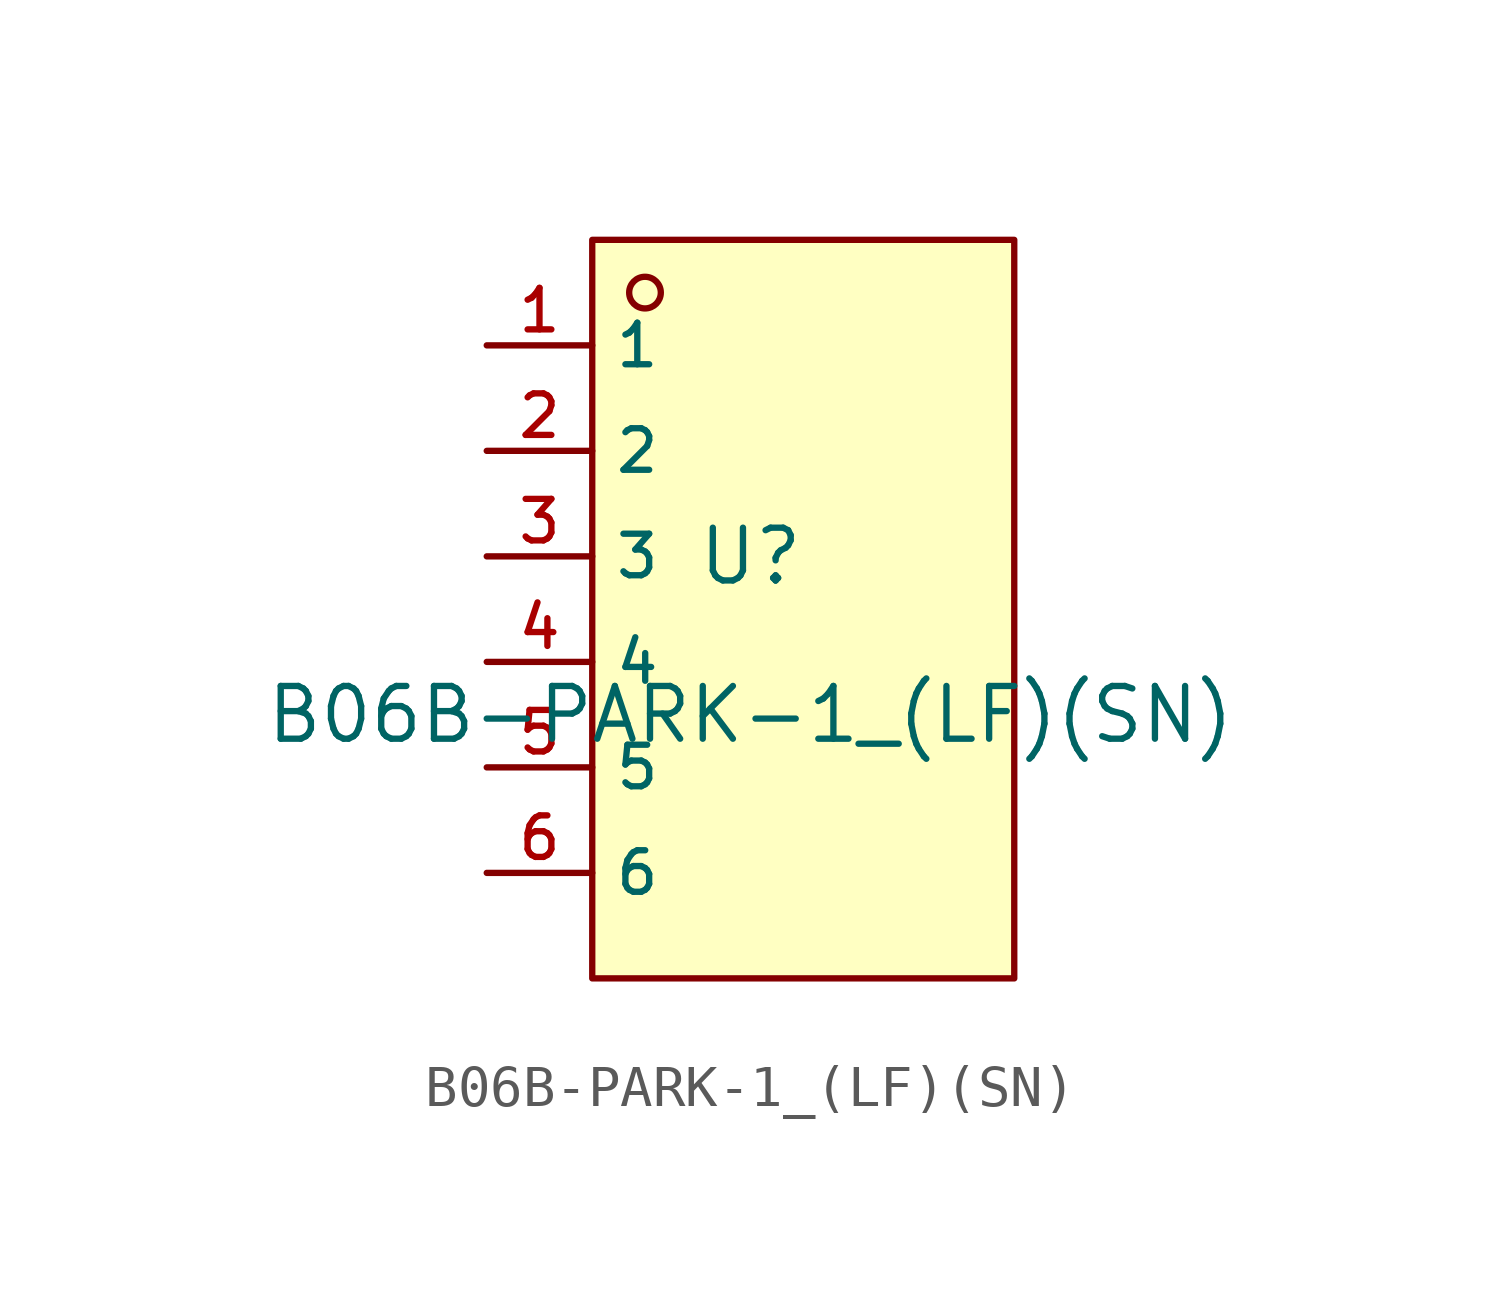
<source format=kicad_sym>
(kicad_symbol_lib
  (version 20210201)
  (generator TousstNicolas/JLC2KiCad_lib)
  (symbol "B06B-PARK-1_(LF)(SN)"
    (property "Reference" "U"
      (at 0 1.27 0)
      (effects (font (size 1.27 1.27))))
    (property "Value" "B06B-PARK-1_(LF)(SN)"
      (at 0 -2.54 0)
      (effects (font (size 1.27 1.27))))
    (symbol "B06B-PARK-1_(LF)(SN)_0_1"
      (rectangle (start -3.81 8.89) (end 6.35 -8.89) (stroke (width 0) (type default) (color 0 0 0 0)) (fill (type background)))
      (circle (center -2.54 7.62) (radius 0.381) (stroke (width 0) (type default) (color 0 0 0 0)) (fill (type background)))
      (pin unspecified line (at -6.35 6.35 0) (length 2.54) (name "1" (effects (font (size 1 1)))) (number "1" (effects (font (size 1 1)))))
      (pin unspecified line (at -6.35 3.81 0) (length 2.54) (name "2" (effects (font (size 1 1)))) (number "2" (effects (font (size 1 1)))))
      (pin unspecified line (at -6.35 1.27 0) (length 2.54) (name "3" (effects (font (size 1 1)))) (number "3" (effects (font (size 1 1)))))
      (pin unspecified line (at -6.35 -1.27 0) (length 2.54) (name "4" (effects (font (size 1 1)))) (number "4" (effects (font (size 1 1)))))
      (pin unspecified line (at -6.35 -3.81 0) (length 2.54) (name "5" (effects (font (size 1 1)))) (number "5" (effects (font (size 1 1)))))
      (pin unspecified line (at -6.35 -6.35 0) (length 2.54) (name "6" (effects (font (size 1 1)))) (number "6" (effects (font (size 1 1))))))))
</source>
